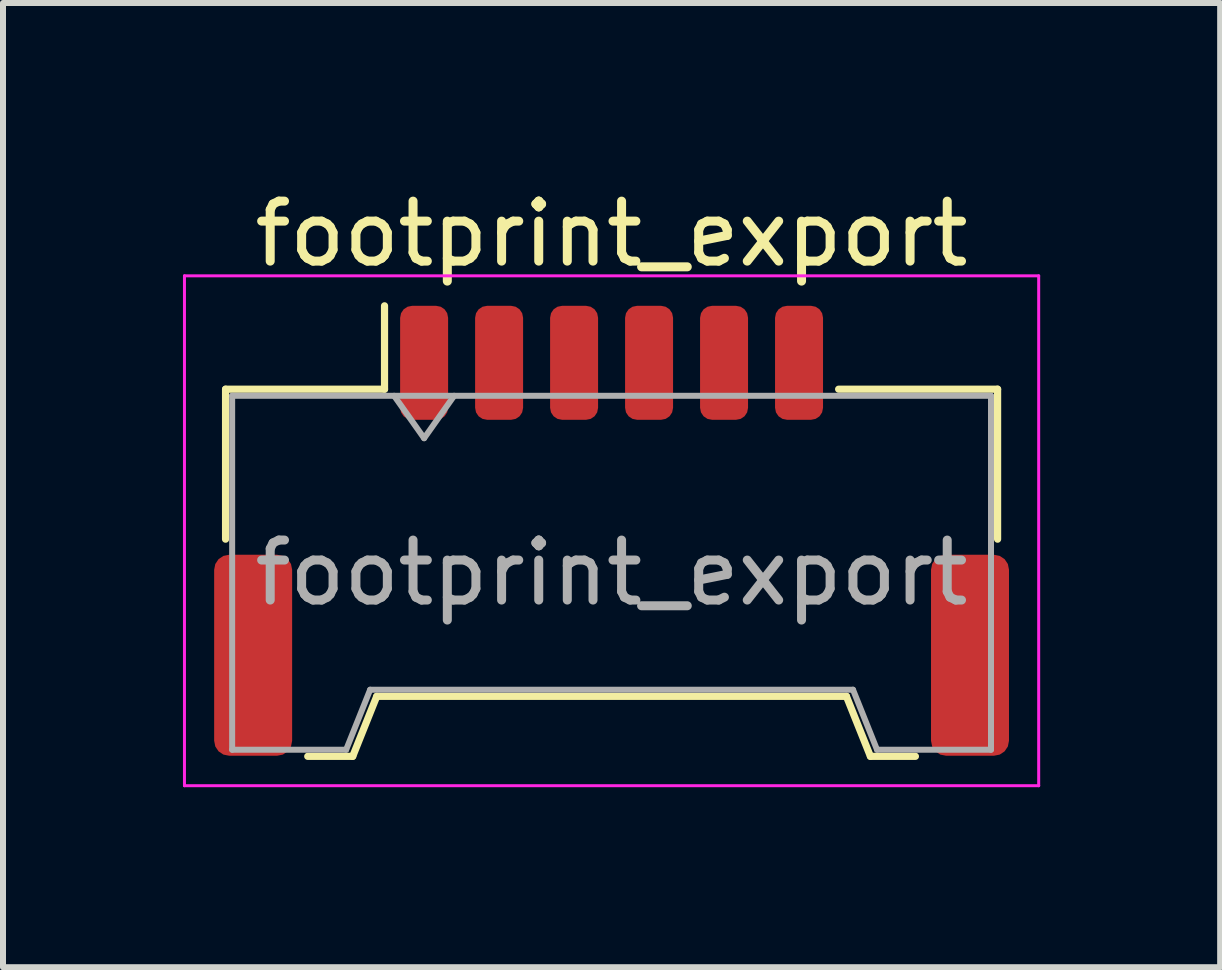
<source format=kicad_pcb>
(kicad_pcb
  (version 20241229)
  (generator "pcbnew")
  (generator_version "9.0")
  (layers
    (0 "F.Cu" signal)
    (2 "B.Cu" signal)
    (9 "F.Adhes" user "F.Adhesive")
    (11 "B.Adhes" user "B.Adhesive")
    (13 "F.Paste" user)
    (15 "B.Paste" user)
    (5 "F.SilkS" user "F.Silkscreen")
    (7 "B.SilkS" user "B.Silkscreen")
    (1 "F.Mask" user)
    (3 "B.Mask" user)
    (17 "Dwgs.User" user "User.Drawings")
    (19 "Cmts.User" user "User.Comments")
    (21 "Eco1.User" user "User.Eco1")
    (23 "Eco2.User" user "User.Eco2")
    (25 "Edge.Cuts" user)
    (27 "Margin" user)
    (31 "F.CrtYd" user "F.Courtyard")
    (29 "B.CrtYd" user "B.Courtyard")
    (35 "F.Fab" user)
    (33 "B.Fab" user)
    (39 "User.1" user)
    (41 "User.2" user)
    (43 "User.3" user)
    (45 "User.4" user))
  (footprint "footprint_export"
    (layer "F.Cu")
    (at 7.145 5.798)
    (property "Reference" "footprint_export" (at 0 -4.95 0) (layer "F.SilkS") (effects (font (size 1 1) (thickness 0.15))))
    (attr smd)
    (fp_line (start -6.435 -2.36) (end -3.785 -2.36) (stroke (width 0.12) (type solid)) (layer "F.SilkS"))
    (fp_line (start -6.435 0.14) (end -6.435 -2.36) (stroke (width 0.12) (type solid)) (layer "F.SilkS"))
    (fp_line (start -5.065 3.76) (end -4.315 3.76) (stroke (width 0.12) (type solid)) (layer "F.SilkS"))
    (fp_line (start -4.315 3.76) (end -3.915 2.76) (stroke (width 0.12) (type solid)) (layer "F.SilkS"))
    (fp_line (start -3.915 2.76) (end 3.915 2.76) (stroke (width 0.12) (type solid)) (layer "F.SilkS"))
    (fp_line (start -3.785 -2.36) (end -3.785 -3.75) (stroke (width 0.12) (type solid)) (layer "F.SilkS"))
    (fp_line (start 3.915 2.76) (end 4.315 3.76) (stroke (width 0.12) (type solid)) (layer "F.SilkS"))
    (fp_line (start 4.315 3.76) (end 5.065 3.76) (stroke (width 0.12) (type solid)) (layer "F.SilkS"))
    (fp_line (start 6.435 -2.36) (end 3.785 -2.36) (stroke (width 0.12) (type solid)) (layer "F.SilkS"))
    (fp_line (start 6.435 0.14) (end 6.435 -2.36) (stroke (width 0.12) (type solid)) (layer "F.SilkS"))
    (fp_line (start -7.12 -4.25) (end -7.12 4.25) (stroke (width 0.05) (type solid)) (layer "F.CrtYd"))
    (fp_line (start -7.12 4.25) (end 7.12 4.25) (stroke (width 0.05) (type solid)) (layer "F.CrtYd"))
    (fp_line (start 7.12 -4.25) (end -7.12 -4.25) (stroke (width 0.05) (type solid)) (layer "F.CrtYd"))
    (fp_line (start 7.12 4.25) (end 7.12 -4.25) (stroke (width 0.05) (type solid)) (layer "F.CrtYd"))
    (fp_line (start -6.325 -2.25) (end -6.325 3.65) (stroke (width 0.1) (type solid)) (layer "F.Fab"))
    (fp_line (start -6.325 -2.25) (end 6.325 -2.25) (stroke (width 0.1) (type solid)) (layer "F.Fab"))
    (fp_line (start -6.325 3.65) (end -4.425 3.65) (stroke (width 0.1) (type solid)) (layer "F.Fab"))
    (fp_line (start -4.425 3.65) (end -4.025 2.65) (stroke (width 0.1) (type solid)) (layer "F.Fab"))
    (fp_line (start -4.025 2.65) (end 4.025 2.65) (stroke (width 0.1) (type solid)) (layer "F.Fab"))
    (fp_line (start -3.625 -2.25) (end -3.125 -1.543) (stroke (width 0.1) (type solid)) (layer "F.Fab"))
    (fp_line (start -3.125 -1.543) (end -2.625 -2.25) (stroke (width 0.1) (type solid)) (layer "F.Fab"))
    (fp_line (start 4.025 2.65) (end 4.425 3.65) (stroke (width 0.1) (type solid)) (layer "F.Fab"))
    (fp_line (start 4.425 3.65) (end 6.325 3.65) (stroke (width 0.1) (type solid)) (layer "F.Fab"))
    (fp_line (start 6.325 -2.25) (end 6.325 3.65) (stroke (width 0.1) (type solid)) (layer "F.Fab"))
    (fp_text user "${REFERENCE}" (at 0 0.7 0) (layer "F.Fab") (effects (font (size 1 1) (thickness 0.15))))
    (pad "1" smd roundrect (at -3.125 -2.8) (size 0.8 1.9) (layers "F.Cu" "F.Mask" "F.Paste") (roundrect_rratio 0.25))
    (pad "2" smd roundrect (at -1.875 -2.8) (size 0.8 1.9) (layers "F.Cu" "F.Mask" "F.Paste") (roundrect_rratio 0.25))
    (pad "3" smd roundrect (at -0.625 -2.8) (size 0.8 1.9) (layers "F.Cu" "F.Mask" "F.Paste") (roundrect_rratio 0.25))
    (pad "4" smd roundrect (at 0.625 -2.8) (size 0.8 1.9) (layers "F.Cu" "F.Mask" "F.Paste") (roundrect_rratio 0.25))
    (pad "5" smd roundrect (at 1.875 -2.8) (size 0.8 1.9) (layers "F.Cu" "F.Mask" "F.Paste") (roundrect_rratio 0.25))
    (pad "6" smd roundrect (at 3.125 -2.8) (size 0.8 1.9) (layers "F.Cu" "F.Mask" "F.Paste") (roundrect_rratio 0.25))
    (pad "MP" smd roundrect (at -5.975 2.075) (size 1.3 3.35) (layers "F.Cu" "F.Mask" "F.Paste") (roundrect_rratio 0.192))
    (pad "MP" smd roundrect (at 5.975 2.075) (size 1.3 3.35) (layers "F.Cu" "F.Mask" "F.Paste") (roundrect_rratio 0.192)))
  (gr_rect
    (start -3 -3)
    (end 17.29 13.073)
    (stroke (width 0.1) (type default))
    (fill no)
    (layer "Edge.Cuts")))
</source>
